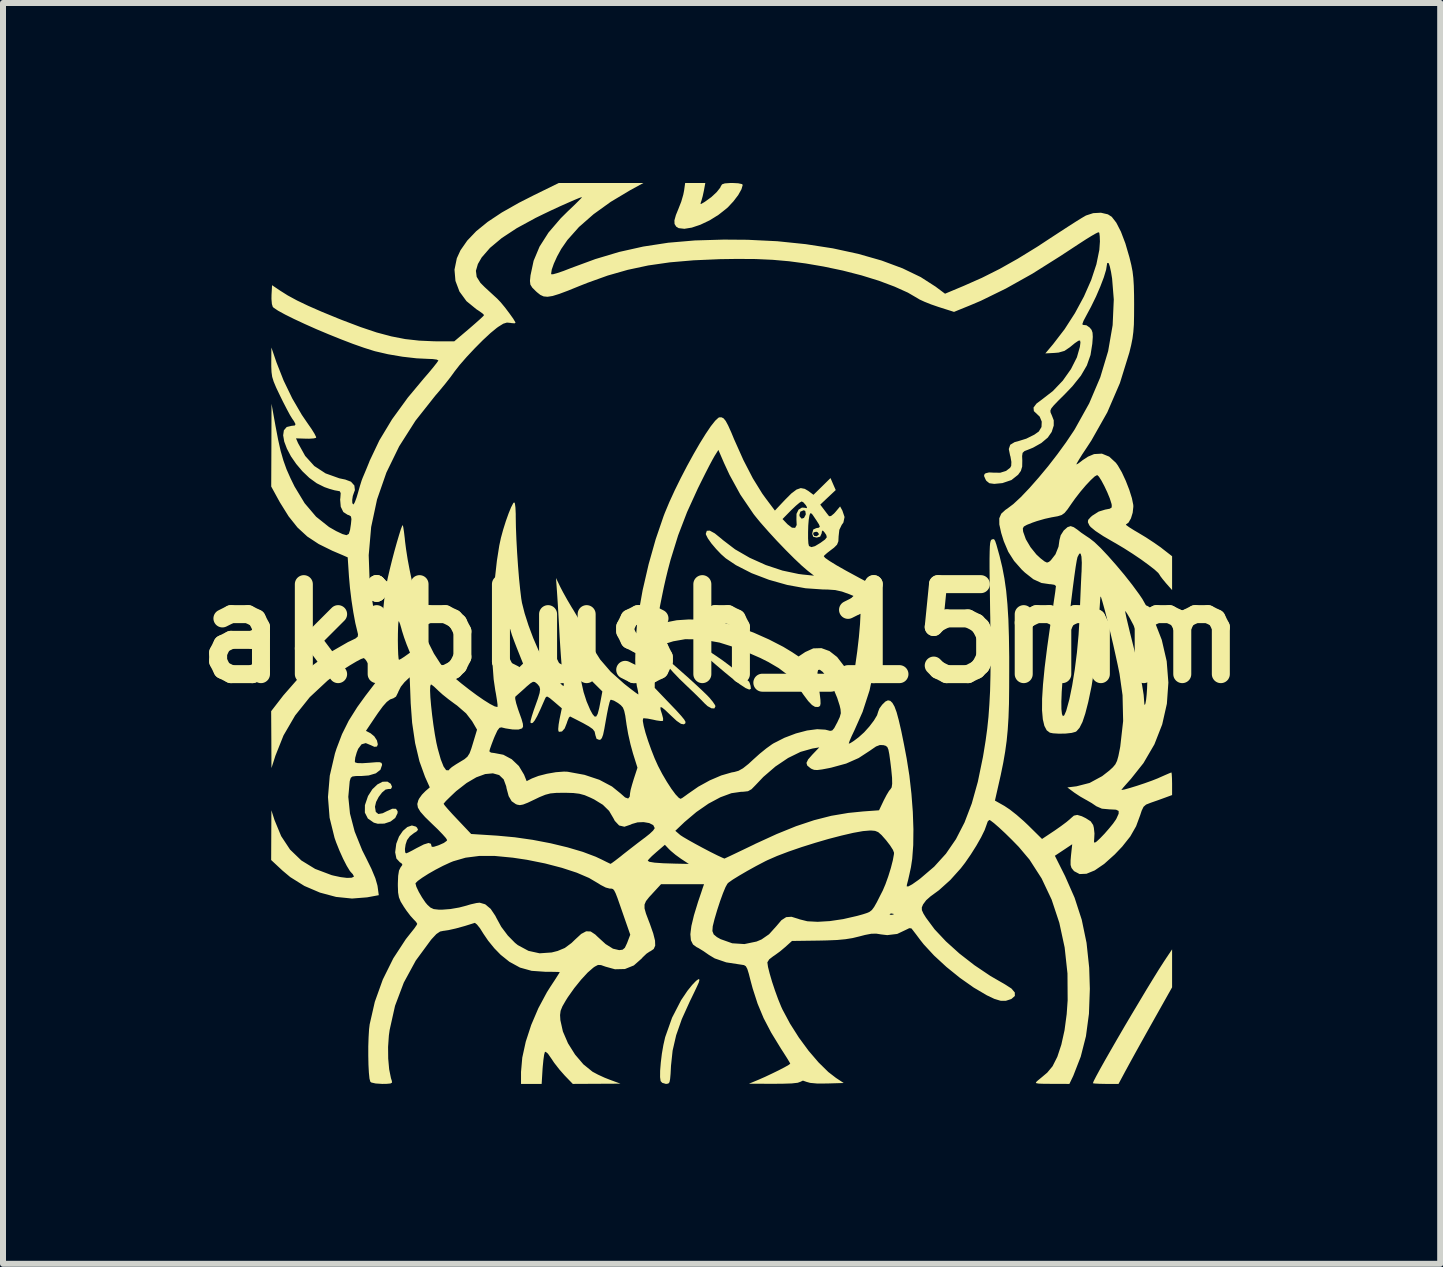
<source format=kicad_pcb>
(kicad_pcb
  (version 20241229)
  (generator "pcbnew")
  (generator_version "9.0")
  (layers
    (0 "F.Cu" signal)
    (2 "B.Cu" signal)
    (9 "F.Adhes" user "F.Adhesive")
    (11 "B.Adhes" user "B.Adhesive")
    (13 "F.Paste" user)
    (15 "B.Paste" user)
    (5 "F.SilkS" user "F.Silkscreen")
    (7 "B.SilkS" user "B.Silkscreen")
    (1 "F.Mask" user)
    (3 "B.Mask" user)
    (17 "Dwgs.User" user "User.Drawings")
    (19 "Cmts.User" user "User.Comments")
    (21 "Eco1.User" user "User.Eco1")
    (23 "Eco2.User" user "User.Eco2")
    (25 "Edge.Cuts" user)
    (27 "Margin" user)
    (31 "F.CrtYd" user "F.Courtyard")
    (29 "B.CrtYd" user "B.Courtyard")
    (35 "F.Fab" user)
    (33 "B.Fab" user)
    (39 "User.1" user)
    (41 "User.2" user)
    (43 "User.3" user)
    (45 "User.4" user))
  (footprint "akiblush_15mm"
    (layer "F.Cu")
    (at 8.979 7.509)
    (property "Reference" "akiblush_15mm" (at 0 0 0) (layer "F.SilkS") (effects (font (size 1.5 1.5) (thickness 0.3))))
    (attr board_only exclude_from_pos_files exclude_from_bom)
    (fp_poly (pts (xy -0.97 0.386) (xy -0.935 0.41) (xy -0.866 0.466) (xy -0.773 0.546) (xy -0.664 0.642) (xy -0.548 0.745) (xy -0.435 0.848) (xy -0.334 0.942) (xy -0.253 1.02) (xy -0.206 1.068) (xy -0.148 1.138) (xy -0.11 1.194) (xy -0.103 1.214) (xy -0.121 1.25) (xy -0.169 1.248) (xy -0.234 1.212) (xy -0.283 1.167) (xy -0.345 1.103) (xy -0.435 1.014) (xy -0.536 0.917) (xy -0.574 0.881) (xy -0.7 0.76) (xy -0.809 0.646) (xy -0.898 0.545) (xy -0.961 0.464) (xy -0.994 0.408) (xy -0.991 0.383)) (stroke (width 0) (type solid)) (fill yes) (layer "F.SilkS"))
    (fp_poly (pts (xy -0.378 0.204) (xy -0.314 0.235) (xy -0.221 0.289) (xy -0.11 0.362) (xy 0.012 0.446) (xy 0.134 0.537) (xy 0.247 0.628) (xy 0.25 0.63) (xy 0.34 0.706) (xy 0.411 0.765) (xy 0.452 0.799) (xy 0.458 0.804) (xy 0.469 0.83) (xy 0.482 0.873) (xy 0.488 0.923) (xy 0.461 0.936) (xy 0.4 0.911) (xy 0.303 0.847) (xy 0.168 0.743) (xy 0.056 0.651) (xy -0.107 0.513) (xy -0.229 0.408) (xy -0.315 0.329) (xy -0.37 0.273) (xy -0.399 0.235) (xy -0.406 0.209) (xy -0.405 0.203)) (stroke (width 0) (type solid)) (fill yes) (layer "F.SilkS"))
    (fp_poly (pts (xy 7.509 5.582) (xy 7.509 5.899) (xy 7.176 6.491) (xy 7.073 6.675) (xy 6.972 6.856) (xy 6.88 7.022) (xy 6.802 7.164) (xy 6.745 7.269) (xy 6.73 7.296) (xy 6.616 7.509) (xy 6.402 7.509) (xy 6.299 7.507) (xy 6.223 7.503) (xy 6.189 7.498) (xy 6.189 7.497) (xy 6.203 7.46) (xy 6.245 7.379) (xy 6.309 7.261) (xy 6.392 7.113) (xy 6.491 6.94) (xy 6.601 6.749) (xy 6.718 6.548) (xy 6.84 6.342) (xy 6.962 6.138) (xy 7.079 5.942) (xy 7.189 5.762) (xy 7.288 5.602) (xy 7.372 5.471) (xy 7.411 5.412) (xy 7.509 5.266)) (stroke (width 0) (type solid)) (fill yes) (layer "F.SilkS"))
    (fp_poly (pts (xy -0.369 5.771) (xy -0.38 5.816) (xy -0.404 5.87) (xy -0.447 5.962) (xy -0.501 6.074) (xy -0.528 6.129) (xy -0.663 6.427) (xy -0.758 6.698) (xy -0.817 6.954) (xy -0.844 7.208) (xy -0.851 7.343) (xy -0.859 7.43) (xy -0.869 7.48) (xy -0.887 7.502) (xy -0.914 7.508) (xy -0.929 7.509) (xy -0.99 7.491) (xy -1.017 7.462) (xy -1.026 7.396) (xy -1.025 7.288) (xy -1.014 7.153) (xy -0.996 7.005) (xy -0.971 6.861) (xy -0.942 6.734) (xy -0.939 6.724) (xy -0.826 6.405) (xy -0.676 6.114) (xy -0.57 5.957) (xy -0.491 5.859) (xy -0.427 5.792) (xy -0.385 5.762)) (stroke (width 0) (type solid)) (fill yes) (layer "F.SilkS"))
    (fp_poly (pts (xy -5.515 2.506) (xy -5.494 2.557) (xy -5.512 2.592) (xy -5.555 2.593) (xy -5.603 2.603) (xy -5.661 2.652) (xy -5.717 2.726) (xy -5.76 2.809) (xy -5.778 2.887) (xy -5.778 2.891) (xy -5.765 2.975) (xy -5.722 3.01) (xy -5.649 2.997) (xy -5.583 2.964) (xy -5.49 2.922) (xy -5.428 2.923) (xy -5.401 2.964) (xy -5.402 2.996) (xy -5.441 3.076) (xy -5.52 3.136) (xy -5.623 3.17) (xy -5.734 3.172) (xy -5.798 3.154) (xy -5.897 3.085) (xy -5.947 2.987) (xy -5.946 2.862) (xy -5.895 2.712) (xy -5.893 2.708) (xy -5.822 2.597) (xy -5.738 2.517) (xy -5.651 2.472) (xy -5.571 2.47)) (stroke (width 0) (type solid)) (fill yes) (layer "F.SilkS"))
    (fp_poly (pts (xy -0.295 -7.384) (xy -0.315 -7.291) (xy -0.336 -7.215) (xy -0.341 -7.201) (xy -0.353 -7.163) (xy -0.341 -7.159) (xy -0.293 -7.187) (xy -0.277 -7.197) (xy -0.171 -7.274) (xy -0.082 -7.357) (xy -0.024 -7.43) (xy -0.013 -7.455) (xy 0.007 -7.486) (xy 0.053 -7.502) (xy 0.138 -7.508) (xy 0.178 -7.509) (xy 0.275 -7.504) (xy 0.337 -7.491) (xy 0.352 -7.478) (xy 0.331 -7.405) (xy 0.277 -7.308) (xy 0.197 -7.203) (xy 0.104 -7.103) (xy 0.087 -7.088) (xy -0.052 -6.978) (xy -0.202 -6.885) (xy -0.354 -6.813) (xy -0.497 -6.765) (xy -0.621 -6.745) (xy -0.716 -6.756) (xy -0.757 -6.781) (xy -0.785 -6.826) (xy -0.787 -6.886) (xy -0.762 -6.975) (xy -0.718 -7.083) (xy -0.673 -7.198) (xy -0.639 -7.315) (xy -0.626 -7.38) (xy -0.608 -7.509) (xy -0.44 -7.509) (xy -0.272 -7.509)) (stroke (width 0) (type solid)) (fill yes) (layer "F.SilkS"))
    (fp_poly (pts (xy -2.009 -7.508) (xy -1.305 -7.508) (xy -1.525 -7.388) (xy -1.849 -7.194) (xy -2.135 -6.988) (xy -2.378 -6.775) (xy -2.571 -6.558) (xy -2.674 -6.409) (xy -2.743 -6.283) (xy -2.797 -6.164) (xy -2.832 -6.064) (xy -2.842 -5.998) (xy -2.84 -5.987) (xy -2.811 -5.987) (xy -2.739 -6.007) (xy -2.634 -6.043) (xy -2.508 -6.092) (xy -2.508 -6.092) (xy -2.106 -6.24) (xy -1.709 -6.359) (xy -1.307 -6.449) (xy -0.89 -6.513) (xy -0.446 -6.551) (xy 0.034 -6.565) (xy 0.433 -6.562) (xy 0.927 -6.538) (xy 1.402 -6.489) (xy 1.855 -6.419) (xy 2.278 -6.327) (xy 2.667 -6.216) (xy 3.016 -6.086) (xy 3.319 -5.94) (xy 3.571 -5.778) (xy 3.573 -5.776) (xy 3.724 -5.663) (xy 4.039 -5.795) (xy 4.339 -5.928) (xy 4.634 -6.076) (xy 4.936 -6.246) (xy 5.26 -6.445) (xy 5.47 -6.583) (xy 5.629 -6.687) (xy 5.777 -6.783) (xy 5.905 -6.865) (xy 6.005 -6.927) (xy 6.067 -6.963) (xy 6.071 -6.966) (xy 6.194 -7.006) (xy 6.323 -7.013) (xy 6.439 -6.986) (xy 6.503 -6.945) (xy 6.579 -6.847) (xy 6.656 -6.697) (xy 6.73 -6.502) (xy 6.798 -6.269) (xy 6.799 -6.265) (xy 6.829 -6.142) (xy 6.85 -6.034) (xy 6.863 -5.924) (xy 6.871 -5.797) (xy 6.875 -5.639) (xy 6.876 -5.485) (xy 6.875 -5.294) (xy 6.872 -5.146) (xy 6.863 -5.026) (xy 6.849 -4.918) (xy 6.827 -4.807) (xy 6.796 -4.68) (xy 6.639 -4.173) (xy 6.429 -3.686) (xy 6.164 -3.217) (xy 6.081 -3.09) (xy 6.009 -2.982) (xy 5.954 -2.893) (xy 5.92 -2.835) (xy 5.914 -2.816) (xy 5.945 -2.833) (xy 6.001 -2.875) (xy 6.017 -2.888) (xy 6.107 -2.947) (xy 6.207 -2.989) (xy 6.211 -2.99) (xy 6.339 -2.997) (xy 6.461 -2.947) (xy 6.572 -2.845) (xy 6.604 -2.801) (xy 6.671 -2.686) (xy 6.737 -2.544) (xy 6.795 -2.395) (xy 6.839 -2.255) (xy 6.862 -2.142) (xy 6.863 -2.112) (xy 6.852 -2.012) (xy 6.823 -1.918) (xy 6.783 -1.848) (xy 6.741 -1.818) (xy 6.738 -1.818) (xy 6.746 -1.805) (xy 6.796 -1.769) (xy 6.879 -1.717) (xy 6.944 -1.679) (xy 7.075 -1.6) (xy 7.209 -1.512) (xy 7.322 -1.433) (xy 7.347 -1.413) (xy 7.509 -1.287) (xy 7.509 -1.005) (xy 7.509 -0.723) (xy 7.407 -0.838) (xy 7.35 -0.907) (xy 7.312 -0.957) (xy 7.304 -0.972) (xy 7.279 -1.008) (xy 7.213 -1.068) (xy 7.113 -1.145) (xy 6.991 -1.234) (xy 6.853 -1.327) (xy 6.709 -1.419) (xy 6.568 -1.503) (xy 6.541 -1.518) (xy 6.362 -1.622) (xy 6.232 -1.708) (xy 6.152 -1.774) (xy 6.13 -1.801) (xy 6.105 -1.854) (xy 6.11 -1.893) (xy 6.151 -1.939) (xy 6.177 -1.962) (xy 6.285 -2.031) (xy 6.392 -2.064) (xy 6.47 -2.079) (xy 6.502 -2.1) (xy 6.503 -2.14) (xy 6.498 -2.164) (xy 6.471 -2.25) (xy 6.429 -2.352) (xy 6.38 -2.456) (xy 6.331 -2.548) (xy 6.289 -2.614) (xy 6.261 -2.64) (xy 6.26 -2.64) (xy 6.22 -2.618) (xy 6.154 -2.557) (xy 6.071 -2.469) (xy 5.981 -2.363) (xy 5.892 -2.248) (xy 5.833 -2.165) (xy 5.766 -2.068) (xy 5.716 -2.008) (xy 5.668 -1.974) (xy 5.604 -1.954) (xy 5.509 -1.937) (xy 5.507 -1.937) (xy 5.389 -1.911) (xy 5.256 -1.873) (xy 5.181 -1.847) (xy 5.088 -1.81) (xy 5.038 -1.782) (xy 5.021 -1.751) (xy 5.025 -1.704) (xy 5.028 -1.691) (xy 5.071 -1.57) (xy 5.149 -1.438) (xy 5.247 -1.316) (xy 5.316 -1.252) (xy 5.383 -1.2) (xy 5.424 -1.181) (xy 5.457 -1.193) (xy 5.488 -1.22) (xy 5.565 -1.319) (xy 5.616 -1.447) (xy 5.631 -1.555) (xy 5.652 -1.636) (xy 5.702 -1.715) (xy 5.766 -1.772) (xy 5.818 -1.789) (xy 5.87 -1.771) (xy 5.93 -1.73) (xy 5.995 -1.679) (xy 6.085 -1.618) (xy 6.132 -1.587) (xy 6.213 -1.524) (xy 6.319 -1.423) (xy 6.443 -1.291) (xy 6.577 -1.139) (xy 6.714 -0.976) (xy 6.844 -0.811) (xy 6.96 -0.653) (xy 7.013 -0.575) (xy 7.202 -0.239) (xy 7.337 0.108) (xy 7.419 0.463) (xy 7.447 0.819) (xy 7.422 1.172) (xy 7.344 1.517) (xy 7.214 1.849) (xy 7.032 2.161) (xy 6.824 2.423) (xy 6.749 2.507) (xy 6.693 2.571) (xy 6.665 2.607) (xy 6.663 2.61) (xy 6.716 2.601) (xy 6.809 2.575) (xy 6.926 2.539) (xy 7.052 2.497) (xy 7.172 2.454) (xy 7.271 2.415) (xy 7.295 2.404) (xy 7.39 2.362) (xy 7.462 2.331) (xy 7.497 2.317) (xy 7.498 2.317) (xy 7.503 2.344) (xy 7.507 2.414) (xy 7.509 2.505) (xy 7.509 2.694) (xy 7.384 2.74) (xy 7.274 2.78) (xy 7.162 2.819) (xy 7.143 2.826) (xy 7.075 2.853) (xy 7.033 2.89) (xy 7.002 2.954) (xy 6.977 3.03) (xy 6.909 3.214) (xy 6.812 3.384) (xy 6.677 3.554) (xy 6.553 3.684) (xy 6.377 3.842) (xy 6.219 3.95) (xy 6.082 4.006) (xy 5.967 4.011) (xy 5.876 3.963) (xy 5.866 3.952) (xy 5.832 3.909) (xy 5.817 3.859) (xy 5.817 3.783) (xy 5.824 3.7) (xy 5.844 3.514) (xy 5.7 3.61) (xy 5.555 3.706) (xy 5.725 4.045) (xy 5.884 4.406) (xy 6.003 4.773) (xy 6.083 5.158) (xy 6.127 5.572) (xy 6.138 5.925) (xy 6.123 6.34) (xy 6.073 6.714) (xy 5.986 7.055) (xy 5.863 7.371) (xy 5.85 7.399) (xy 5.797 7.509) (xy 5.501 7.508) (xy 5.368 7.507) (xy 5.286 7.504) (xy 5.245 7.497) (xy 5.238 7.485) (xy 5.257 7.464) (xy 5.271 7.452) (xy 5.339 7.396) (xy 5.417 7.33) (xy 5.426 7.323) (xy 5.516 7.215) (xy 5.596 7.057) (xy 5.663 6.854) (xy 5.716 6.615) (xy 5.752 6.345) (xy 5.768 6.115) (xy 5.765 5.668) (xy 5.718 5.235) (xy 5.629 4.823) (xy 5.501 4.437) (xy 5.334 4.084) (xy 5.132 3.77) (xy 4.954 3.559) (xy 4.84 3.442) (xy 4.728 3.332) (xy 4.625 3.236) (xy 4.541 3.163) (xy 4.482 3.118) (xy 4.462 3.109) (xy 4.436 3.134) (xy 4.415 3.193) (xy 4.384 3.279) (xy 4.325 3.399) (xy 4.246 3.538) (xy 4.154 3.684) (xy 4.058 3.823) (xy 3.987 3.915) (xy 3.812 4.11) (xy 3.623 4.28) (xy 3.481 4.384) (xy 3.409 4.448) (xy 3.358 4.517) (xy 3.337 4.567) (xy 3.338 4.612) (xy 3.364 4.67) (xy 3.407 4.739) (xy 3.55 4.932) (xy 3.739 5.133) (xy 3.964 5.336) (xy 4.215 5.531) (xy 4.481 5.71) (xy 4.722 5.849) (xy 4.831 5.919) (xy 4.887 5.985) (xy 4.888 6.043) (xy 4.833 6.091) (xy 4.823 6.096) (xy 4.737 6.124) (xy 4.649 6.123) (xy 4.545 6.091) (xy 4.421 6.032) (xy 4.202 5.903) (xy 3.972 5.741) (xy 3.747 5.559) (xy 3.541 5.369) (xy 3.369 5.183) (xy 3.312 5.111) (xy 3.247 5.024) (xy 3.194 4.955) (xy 3.165 4.918) (xy 3.164 4.917) (xy 3.128 4.913) (xy 3.075 4.939) (xy 2.927 5.009) (xy 2.76 5.029) (xy 2.659 5.017) (xy 2.577 5.004) (xy 2.494 5.006) (xy 2.39 5.026) (xy 2.298 5.05) (xy 2.183 5.078) (xy 2.064 5.097) (xy 1.926 5.11) (xy 1.754 5.117) (xy 1.621 5.12) (xy 1.173 5.126) (xy 1.061 5.227) (xy 0.974 5.3) (xy 0.886 5.364) (xy 0.856 5.384) (xy 0.794 5.432) (xy 0.763 5.481) (xy 0.763 5.488) (xy 0.773 5.559) (xy 0.801 5.67) (xy 0.841 5.807) (xy 0.89 5.954) (xy 0.942 6.097) (xy 0.993 6.222) (xy 1.014 6.268) (xy 1.14 6.504) (xy 1.288 6.737) (xy 1.449 6.956) (xy 1.616 7.151) (xy 1.779 7.311) (xy 1.906 7.409) (xy 2.035 7.494) (xy 1.758 7.502) (xy 1.595 7.503) (xy 1.476 7.492) (xy 1.415 7.475) (xy 1.355 7.454) (xy 1.313 7.474) (xy 1.268 7.49) (xy 1.169 7.501) (xy 1.014 7.506) (xy 0.867 7.507) (xy 0.455 7.506) (xy 0.616 7.439) (xy 0.725 7.391) (xy 0.841 7.336) (xy 0.954 7.281) (xy 1.05 7.231) (xy 1.117 7.193) (xy 1.144 7.172) (xy 1.144 7.172) (xy 1.129 7.143) (xy 1.089 7.077) (xy 1.03 6.984) (xy 0.986 6.916) (xy 0.826 6.654) (xy 0.7 6.413) (xy 0.6 6.173) (xy 0.517 5.916) (xy 0.484 5.793) (xy 0.452 5.669) (xy 0.428 5.592) (xy 0.404 5.548) (xy 0.374 5.529) (xy 0.332 5.522) (xy 0.318 5.52) (xy 0.077 5.483) (xy -0.115 5.417) (xy -0.213 5.358) (xy -0.302 5.296) (xy -0.385 5.245) (xy -0.417 5.229) (xy -0.477 5.185) (xy -0.512 5.115) (xy -0.521 5.014) (xy -0.515 4.961) (xy -0.154 4.961) (xy -0.132 5.017) (xy -0.078 5.062) (xy -0.017 5.096) (xy 0.177 5.165) (xy 0.38 5.178) (xy 0.582 5.136) (xy 0.665 5.101) (xy 0.791 5.014) (xy 0.911 4.881) (xy 0.912 4.88) (xy 0.997 4.78) (xy 1.076 4.729) (xy 1.165 4.723) (xy 1.279 4.758) (xy 1.301 4.766) (xy 1.429 4.798) (xy 1.601 4.807) (xy 1.803 4.795) (xy 2.026 4.762) (xy 2.257 4.709) (xy 2.34 4.686) (xy 2.799 4.686) (xy 2.828 4.691) (xy 2.866 4.685) (xy 2.866 4.675) (xy 2.827 4.668) (xy 2.81 4.673) (xy 2.799 4.686) (xy 2.34 4.686) (xy 2.361 4.68) (xy 2.422 4.66) (xy 2.467 4.64) (xy 2.505 4.61) (xy 2.542 4.56) (xy 2.587 4.481) (xy 2.646 4.364) (xy 2.686 4.286) (xy 2.731 4.18) (xy 2.778 4.049) (xy 2.821 3.91) (xy 2.854 3.781) (xy 2.872 3.682) (xy 2.874 3.656) (xy 2.856 3.608) (xy 2.808 3.533) (xy 2.741 3.446) (xy 2.739 3.444) (xy 2.665 3.36) (xy 2.61 3.312) (xy 2.558 3.291) (xy 2.492 3.285) (xy 2.473 3.285) (xy 2.355 3.295) (xy 2.194 3.324) (xy 2 3.369) (xy 1.784 3.425) (xy 1.558 3.491) (xy 1.332 3.562) (xy 1.117 3.636) (xy 0.925 3.709) (xy 0.765 3.779) (xy 0.728 3.797) (xy 0.575 3.877) (xy 0.427 3.959) (xy 0.295 4.036) (xy 0.188 4.102) (xy 0.118 4.151) (xy 0.097 4.171) (xy 0.065 4.228) (xy 0.023 4.329) (xy -0.025 4.461) (xy -0.074 4.611) (xy -0.118 4.76) (xy -0.148 4.881) (xy -0.154 4.961) (xy -0.515 4.961) (xy -0.504 4.876) (xy -0.461 4.697) (xy -0.392 4.471) (xy -0.381 4.439) (xy -0.343 4.327) (xy -0.314 4.239) (xy -0.296 4.188) (xy -0.294 4.18) (xy -0.321 4.18) (xy -0.396 4.18) (xy -0.507 4.18) (xy -0.643 4.18) (xy -0.651 4.18) (xy -1.01 4.18) (xy -1.128 4.308) (xy -1.209 4.396) (xy -1.261 4.462) (xy -1.285 4.519) (xy -1.285 4.584) (xy -1.261 4.67) (xy -1.215 4.792) (xy -1.197 4.838) (xy -1.14 5.001) (xy -1.11 5.12) (xy -1.107 5.204) (xy -1.132 5.26) (xy -1.184 5.296) (xy -1.198 5.302) (xy -1.252 5.338) (xy -1.316 5.399) (xy -1.334 5.42) (xy -1.463 5.534) (xy -1.612 5.594) (xy -1.778 5.598) (xy -1.934 5.555) (xy -2.011 5.528) (xy -2.061 5.526) (xy -2.113 5.553) (xy -2.139 5.571) (xy -2.233 5.653) (xy -2.342 5.771) (xy -2.456 5.912) (xy -2.561 6.06) (xy -2.597 6.117) (xy -2.654 6.216) (xy -2.684 6.29) (xy -2.693 6.361) (xy -2.688 6.447) (xy -2.646 6.635) (xy -2.561 6.832) (xy -2.443 7.02) (xy -2.304 7.183) (xy -2.152 7.306) (xy -2.15 7.307) (xy -2.062 7.354) (xy -1.949 7.406) (xy -1.865 7.439) (xy -1.686 7.505) (xy -2.084 7.507) (xy -2.481 7.509) (xy -2.616 7.369) (xy -2.705 7.268) (xy -2.792 7.156) (xy -2.838 7.087) (xy -2.896 7.004) (xy -2.934 6.973) (xy -2.947 6.98) (xy -2.959 7.024) (xy -2.971 7.111) (xy -2.982 7.223) (xy -2.985 7.262) (xy -3 7.509) (xy -3.172 7.509) (xy -3.344 7.509) (xy -3.344 7.309) (xy -3.323 7.07) (xy -3.265 6.805) (xy -3.174 6.526) (xy -3.055 6.247) (xy -2.913 5.982) (xy -2.851 5.884) (xy -2.785 5.784) (xy -2.734 5.704) (xy -2.703 5.655) (xy -2.698 5.646) (xy -2.725 5.643) (xy -2.797 5.641) (xy -2.901 5.64) (xy -2.94 5.64) (xy -3.167 5.624) (xy -3.361 5.57) (xy -3.538 5.473) (xy -3.684 5.356) (xy -3.789 5.248) (xy -3.893 5.12) (xy -3.97 5.007) (xy -4.027 4.916) (xy -4.078 4.852) (xy -4.112 4.825) (xy -4.116 4.825) (xy -4.282 4.877) (xy -4.431 4.918) (xy -4.551 4.945) (xy -4.63 4.957) (xy -4.635 4.957) (xy -4.693 4.969) (xy -4.755 5.011) (xy -4.832 5.093) (xy -4.847 5.111) (xy -5.099 5.454) (xy -5.298 5.82) (xy -5.444 6.207) (xy -5.534 6.61) (xy -5.547 6.704) (xy -5.56 6.893) (xy -5.558 7.086) (xy -5.542 7.265) (xy -5.512 7.413) (xy -5.497 7.46) (xy -5.494 7.487) (xy -5.52 7.502) (xy -5.585 7.508) (xy -5.656 7.509) (xy -5.767 7.502) (xy -5.838 7.486) (xy -5.856 7.472) (xy -5.87 7.42) (xy -5.88 7.322) (xy -5.887 7.191) (xy -5.89 7.04) (xy -5.89 6.883) (xy -5.885 6.732) (xy -5.877 6.599) (xy -5.867 6.517) (xy -5.781 6.14) (xy -5.648 5.769) (xy -5.473 5.416) (xy -5.264 5.096) (xy -5.181 4.991) (xy -5.122 4.917) (xy -5.084 4.862) (xy -5.074 4.841) (xy -5.094 4.808) (xy -5.137 4.763) (xy -5.187 4.708) (xy -5.251 4.624) (xy -5.298 4.555) (xy -5.35 4.47) (xy -5.379 4.399) (xy -5.393 4.319) (xy -5.397 4.208) (xy -5.397 4.176) (xy -5.397 4.169) (xy -5.103 4.169) (xy -5.088 4.224) (xy -5.048 4.308) (xy -4.994 4.401) (xy -4.937 4.485) (xy -4.904 4.524) (xy -4.853 4.57) (xy -4.799 4.595) (xy -4.719 4.604) (xy -4.651 4.604) (xy -4.521 4.594) (xy -4.376 4.569) (xy -4.287 4.546) (xy -4.18 4.515) (xy -4.087 4.494) (xy -4.034 4.488) (xy -3.941 4.515) (xy -3.85 4.591) (xy -3.772 4.707) (xy -3.754 4.743) (xy -3.673 4.891) (xy -3.564 5.036) (xy -3.445 5.157) (xy -3.398 5.195) (xy -3.22 5.291) (xy -3.034 5.332) (xy -2.833 5.318) (xy -2.734 5.293) (xy -2.614 5.243) (xy -2.502 5.16) (xy -2.443 5.103) (xy -2.341 5.009) (xy -2.258 4.965) (xy -2.183 4.968) (xy -2.106 5.019) (xy -2.071 5.053) (xy -1.934 5.178) (xy -1.811 5.255) (xy -1.708 5.279) (xy -1.651 5.272) (xy -1.613 5.24) (xy -1.579 5.168) (xy -1.572 5.151) (xy -1.523 5.022) (xy -1.639 4.689) (xy -1.696 4.525) (xy -1.737 4.408) (xy -1.767 4.331) (xy -1.791 4.284) (xy -1.811 4.261) (xy -1.833 4.254) (xy -1.861 4.253) (xy -1.866 4.253) (xy -1.931 4.236) (xy -2.015 4.193) (xy -2.054 4.168) (xy -2.21 4.076) (xy -2.415 3.988) (xy -2.663 3.907) (xy -2.943 3.834) (xy -3.246 3.773) (xy -3.48 3.738) (xy -3.781 3.709) (xy -4.04 3.709) (xy -4.268 3.738) (xy -4.475 3.798) (xy -4.526 3.819) (xy -4.645 3.874) (xy -4.77 3.939) (xy -4.889 4.007) (xy -4.991 4.072) (xy -5.066 4.126) (xy -5.102 4.163) (xy -5.103 4.169) (xy -5.397 4.169) (xy -5.392 4.041) (xy -5.378 3.953) (xy -5.352 3.9) (xy -5.35 3.898) (xy -5.321 3.857) (xy -5.337 3.83) (xy -5.362 3.816) (xy -5.421 3.752) (xy -5.442 3.648) (xy -5.424 3.508) (xy -5.423 3.504) (xy -5.378 3.386) (xy -5.313 3.291) (xy -5.239 3.227) (xy -5.163 3.201) (xy -5.096 3.22) (xy -5.076 3.239) (xy -5.061 3.274) (xy -5.09 3.305) (xy -5.125 3.325) (xy -5.197 3.381) (xy -5.244 3.445) (xy -5.268 3.518) (xy -5.279 3.593) (xy -5.275 3.649) (xy -5.26 3.666) (xy -5.226 3.653) (xy -5.157 3.618) (xy -5.084 3.578) (xy -4.964 3.517) (xy -4.886 3.493) (xy -4.846 3.506) (xy -4.839 3.533) (xy -4.832 3.556) (xy -4.799 3.557) (xy -4.729 3.535) (xy -4.708 3.527) (xy -4.63 3.492) (xy -4.583 3.458) (xy -4.576 3.444) (xy -4.596 3.411) (xy -4.651 3.349) (xy -4.732 3.265) (xy -4.825 3.176) (xy -4.943 3.061) (xy -5.021 2.973) (xy -5.063 2.903) (xy -5.073 2.842) (xy -5.072 2.84) (xy -4.634 2.84) (xy -4.615 2.868) (xy -4.563 2.929) (xy -4.487 3.013) (xy -4.404 3.101) (xy -4.175 3.343) (xy -3.737 3.371) (xy -3.446 3.398) (xy -3.147 3.441) (xy -2.85 3.498) (xy -2.568 3.566) (xy -2.314 3.641) (xy -2.099 3.722) (xy -1.997 3.77) (xy -1.919 3.809) (xy -1.865 3.835) (xy -1.851 3.841) (xy -1.825 3.824) (xy -1.777 3.789) (xy -1.232 3.789) (xy -1.203 3.807) (xy -1.116 3.821) (xy -0.972 3.831) (xy -0.78 3.837) (xy -0.547 3.842) (xy -0.678 3.756) (xy -0.768 3.691) (xy -0.849 3.623) (xy -0.877 3.596) (xy -0.946 3.523) (xy -1.089 3.646) (xy -1.163 3.712) (xy -1.214 3.764) (xy -1.232 3.789) (xy -1.777 3.789) (xy -1.764 3.779) (xy -1.68 3.714) (xy -1.646 3.686) (xy -1.527 3.593) (xy -1.399 3.494) (xy -1.288 3.41) (xy -1.283 3.407) (xy -1.2 3.341) (xy -1.146 3.29) (xy -0.772 3.29) (xy -0.687 3.363) (xy -0.639 3.394) (xy -0.552 3.445) (xy -0.439 3.508) (xy -0.313 3.576) (xy -0.187 3.642) (xy -0.075 3.698) (xy 0.011 3.738) (xy 0.047 3.753) (xy 0.073 3.741) (xy 0.144 3.708) (xy 0.251 3.657) (xy 0.387 3.592) (xy 0.543 3.517) (xy 0.56 3.508) (xy 0.918 3.344) (xy 1.241 3.213) (xy 1.541 3.113) (xy 1.827 3.04) (xy 2.111 2.992) (xy 2.36 2.967) (xy 2.624 2.948) (xy 2.703 2.782) (xy 2.75 2.692) (xy 2.791 2.624) (xy 2.814 2.597) (xy 2.834 2.567) (xy 2.843 2.506) (xy 2.841 2.406) (xy 2.827 2.26) (xy 2.812 2.137) (xy 2.795 2.014) (xy 2.78 1.937) (xy 2.762 1.894) (xy 2.735 1.873) (xy 2.697 1.862) (xy 2.638 1.86) (xy 2.574 1.884) (xy 2.488 1.943) (xy 2.474 1.953) (xy 2.284 2.077) (xy 2.076 2.169) (xy 1.831 2.236) (xy 1.795 2.244) (xy 1.674 2.267) (xy 1.594 2.277) (xy 1.542 2.274) (xy 1.502 2.259) (xy 1.479 2.245) (xy 1.427 2.202) (xy 1.414 2.158) (xy 1.442 2.1) (xy 1.514 2.018) (xy 1.518 2.014) (xy 1.628 1.899) (xy 1.511 1.919) (xy 1.316 1.974) (xy 1.108 2.076) (xy 0.897 2.218) (xy 0.695 2.392) (xy 0.564 2.53) (xy 0.498 2.597) (xy 0.439 2.63) (xy 0.36 2.639) (xy 0.323 2.64) (xy 0.163 2.663) (xy -0.021 2.731) (xy -0.219 2.837) (xy -0.421 2.977) (xy -0.62 3.145) (xy -0.628 3.153) (xy -0.772 3.29) (xy -1.146 3.29) (xy -1.14 3.283) (xy -1.115 3.246) (xy -1.115 3.245) (xy -1.14 3.195) (xy -1.207 3.161) (xy -1.3 3.145) (xy -1.401 3.149) (xy -1.495 3.176) (xy -1.517 3.187) (xy -1.621 3.222) (xy -1.709 3.201) (xy -1.781 3.124) (xy -1.803 3.082) (xy -1.876 2.958) (xy -1.98 2.856) (xy -2.125 2.767) (xy -2.185 2.738) (xy -2.283 2.696) (xy -2.372 2.672) (xy -2.473 2.66) (xy -2.608 2.656) (xy -2.625 2.656) (xy -2.758 2.658) (xy -2.855 2.667) (xy -2.939 2.689) (xy -3.035 2.728) (xy -3.118 2.768) (xy -3.232 2.822) (xy -3.309 2.852) (xy -3.363 2.862) (xy -3.408 2.854) (xy -3.431 2.845) (xy -3.5 2.797) (xy -3.55 2.712) (xy -3.585 2.582) (xy -3.591 2.548) (xy -3.633 2.433) (xy -3.708 2.361) (xy -3.813 2.332) (xy -3.941 2.344) (xy -4.089 2.398) (xy -4.251 2.493) (xy -4.423 2.627) (xy -4.447 2.649) (xy -4.531 2.729) (xy -4.596 2.793) (xy -4.63 2.833) (xy -4.634 2.84) (xy -5.072 2.84) (xy -5.056 2.781) (xy -5.041 2.751) (xy -4.995 2.687) (xy -4.937 2.628) (xy -4.865 2.566) (xy -4.944 2.39) (xy -5.037 2.132) (xy -5.109 1.829) (xy -5.159 1.49) (xy -5.183 1.165) (xy -5.191 0.952) (xy -4.86 0.952) (xy -4.855 1.064) (xy -4.843 1.203) (xy -4.826 1.359) (xy -4.805 1.52) (xy -4.781 1.678) (xy -4.755 1.821) (xy -4.732 1.921) (xy -4.682 2.099) (xy -4.635 2.218) (xy -4.592 2.279) (xy -4.552 2.282) (xy -4.531 2.258) (xy -4.497 2.228) (xy -4.428 2.182) (xy -4.362 2.142) (xy -4.286 2.096) (xy -4.237 2.054) (xy -4.202 1.999) (xy -4.189 1.965) (xy -3.872 1.965) (xy -3.846 1.986) (xy -3.786 1.994) (xy -3.639 2.022) (xy -3.499 2.097) (xy -3.38 2.21) (xy -3.296 2.35) (xy -3.294 2.353) (xy -3.25 2.462) (xy -3.162 2.417) (xy -3.053 2.375) (xy -2.912 2.339) (xy -2.763 2.313) (xy -2.629 2.303) (xy -2.569 2.305) (xy -2.286 2.357) (xy -2.037 2.44) (xy -1.828 2.551) (xy -1.687 2.665) (xy -1.609 2.734) (xy -1.558 2.752) (xy -1.532 2.72) (xy -1.526 2.662) (xy -1.517 2.609) (xy -1.493 2.521) (xy -1.464 2.425) (xy -1.403 2.238) (xy -1.478 1.999) (xy -1.519 1.849) (xy -1.558 1.676) (xy -1.586 1.514) (xy -1.588 1.497) (xy -1.594 1.457) (xy -1.314 1.457) (xy -1.299 1.541) (xy -1.269 1.656) (xy -1.226 1.791) (xy -1.174 1.936) (xy -1.118 2.079) (xy -1.06 2.208) (xy -0.99 2.342) (xy -0.913 2.473) (xy -0.837 2.59) (xy -0.768 2.683) (xy -0.713 2.741) (xy -0.684 2.757) (xy -0.654 2.741) (xy -0.595 2.699) (xy -0.561 2.674) (xy -0.388 2.554) (xy -0.197 2.449) (xy -0.006 2.367) (xy 0.167 2.317) (xy 0.213 2.309) (xy 0.281 2.29) (xy 0.356 2.248) (xy 0.448 2.175) (xy 0.526 2.103) (xy 0.634 2.006) (xy 0.745 1.916) (xy 0.841 1.847) (xy 0.867 1.831) (xy 1.048 1.739) (xy 1.238 1.667) (xy 1.424 1.618) (xy 1.592 1.596) (xy 1.728 1.604) (xy 1.753 1.61) (xy 1.808 1.624) (xy 1.844 1.617) (xy 1.877 1.578) (xy 1.919 1.499) (xy 1.926 1.487) (xy 1.969 1.395) (xy 1.987 1.33) (xy 1.982 1.264) (xy 1.968 1.203) (xy 1.926 1.072) (xy 1.871 0.941) (xy 1.808 0.819) (xy 1.745 0.717) (xy 1.686 0.642) (xy 1.637 0.605) (xy 1.608 0.609) (xy 1.598 0.652) (xy 1.6 0.738) (xy 1.613 0.853) (xy 1.635 1.003) (xy 1.647 1.105) (xy 1.649 1.169) (xy 1.642 1.204) (xy 1.625 1.22) (xy 1.604 1.226) (xy 1.557 1.224) (xy 1.506 1.193) (xy 1.443 1.127) (xy 1.363 1.02) (xy 1.304 0.934) (xy 1.201 0.797) (xy 1.088 0.681) (xy 0.952 0.578) (xy 0.78 0.477) (xy 0.645 0.409) (xy 0.292 0.255) (xy -0.036 0.152) (xy -0.336 0.099) (xy -0.608 0.096) (xy -0.807 0.131) (xy -0.931 0.17) (xy -1.017 0.216) (xy -1.071 0.279) (xy -1.101 0.371) (xy -1.113 0.503) (xy -1.115 0.619) (xy -1.115 0.908) (xy -0.873 1.161) (xy -0.754 1.285) (xy -0.673 1.375) (xy -0.624 1.435) (xy -0.602 1.474) (xy -0.605 1.498) (xy -0.626 1.513) (xy -0.631 1.515) (xy -0.677 1.507) (xy -0.749 1.458) (xy -0.851 1.363) (xy -0.853 1.361) (xy -0.943 1.275) (xy -0.997 1.232) (xy -1.021 1.232) (xy -1.017 1.273) (xy -0.994 1.346) (xy -0.976 1.414) (xy -0.976 1.455) (xy -0.978 1.457) (xy -1.013 1.46) (xy -1.086 1.45) (xy -1.144 1.437) (xy -1.231 1.42) (xy -1.292 1.414) (xy -1.309 1.417) (xy -1.314 1.457) (xy -1.594 1.457) (xy -1.606 1.371) (xy -1.624 1.289) (xy -1.646 1.235) (xy -1.68 1.196) (xy -1.727 1.16) (xy -1.795 1.12) (xy -1.844 1.105) (xy -1.854 1.109) (xy -1.868 1.146) (xy -1.888 1.227) (xy -1.911 1.342) (xy -1.931 1.453) (xy -1.956 1.595) (xy -1.976 1.689) (xy -1.996 1.743) (xy -2.017 1.769) (xy -2.041 1.774) (xy -2.085 1.756) (xy -2.105 1.693) (xy -2.106 1.686) (xy -2.117 1.636) (xy -2.149 1.594) (xy -2.211 1.55) (xy -2.309 1.495) (xy -2.406 1.445) (xy -2.483 1.406) (xy -2.524 1.385) (xy -2.526 1.384) (xy -2.546 1.403) (xy -2.571 1.463) (xy -2.581 1.495) (xy -2.616 1.583) (xy -2.661 1.634) (xy -2.706 1.64) (xy -2.72 1.631) (xy -2.724 1.594) (xy -2.717 1.518) (xy -2.702 1.43) (xy -2.664 1.248) (xy -2.791 1.139) (xy -2.863 1.079) (xy -2.904 1.053) (xy -2.927 1.058) (xy -2.945 1.091) (xy -2.946 1.094) (xy -3.019 1.26) (xy -3.074 1.377) (xy -3.116 1.451) (xy -3.147 1.489) (xy -3.172 1.496) (xy -3.187 1.486) (xy -3.184 1.454) (xy -3.164 1.38) (xy -3.131 1.278) (xy -3.112 1.225) (xy -3.063 1.088) (xy -3.034 0.993) (xy -3.026 0.93) (xy -3.037 0.886) (xy -3.065 0.85) (xy -3.079 0.836) (xy -3.113 0.81) (xy -3.144 0.806) (xy -3.186 0.831) (xy -3.254 0.888) (xy -3.277 0.91) (xy -3.353 0.978) (xy -3.413 1.031) (xy -3.44 1.056) (xy -3.441 1.09) (xy -3.424 1.166) (xy -3.392 1.268) (xy -3.376 1.313) (xy -3.334 1.431) (xy -3.313 1.507) (xy -3.31 1.552) (xy -3.324 1.58) (xy -3.33 1.584) (xy -3.386 1.602) (xy -3.482 1.601) (xy -3.6 1.583) (xy -3.67 1.566) (xy -3.703 1.573) (xy -3.738 1.619) (xy -3.781 1.712) (xy -3.795 1.745) (xy -3.833 1.844) (xy -3.861 1.923) (xy -3.872 1.965) (xy -3.872 1.965) (xy -4.189 1.965) (xy -4.171 1.915) (xy -4.145 1.83) (xy -4.077 1.604) (xy -4.159 1.463) (xy -4.259 1.333) (xy -4.41 1.202) (xy -4.444 1.178) (xy -4.552 1.098) (xy -4.652 1.018) (xy -4.725 0.952) (xy -4.735 0.942) (xy -4.794 0.886) (xy -4.837 0.853) (xy -4.846 0.851) (xy -4.857 0.878) (xy -4.86 0.952) (xy -5.191 0.952) (xy -5.2 0.731) (xy -5.285 0.811) (xy -5.347 0.888) (xy -5.389 0.971) (xy -5.392 0.981) (xy -5.428 1.053) (xy -5.472 1.081) (xy -5.526 1.1) (xy -5.582 1.142) (xy -5.647 1.215) (xy -5.729 1.327) (xy -5.782 1.405) (xy -5.929 1.624) (xy -5.852 1.664) (xy -5.79 1.715) (xy -5.746 1.783) (xy -5.731 1.848) (xy -5.745 1.885) (xy -5.789 1.89) (xy -5.847 1.863) (xy -5.932 1.828) (xy -6.002 1.848) (xy -6.059 1.924) (xy -6.083 1.985) (xy -6.107 2.069) (xy -6.114 2.131) (xy -6.111 2.148) (xy -6.073 2.161) (xy -5.986 2.163) (xy -5.877 2.156) (xy -5.766 2.147) (xy -5.702 2.146) (xy -5.671 2.157) (xy -5.661 2.18) (xy -5.661 2.195) (xy -5.688 2.273) (xy -5.764 2.332) (xy -5.882 2.367) (xy -5.998 2.376) (xy -6.098 2.377) (xy -6.155 2.385) (xy -6.182 2.407) (xy -6.196 2.45) (xy -6.2 2.467) (xy -6.223 2.724) (xy -6.195 3.003) (xy -6.117 3.302) (xy -5.991 3.615) (xy -5.928 3.74) (xy -5.837 3.925) (xy -5.772 4.081) (xy -5.738 4.199) (xy -5.735 4.216) (xy -5.715 4.363) (xy -5.909 4.399) (xy -6.161 4.419) (xy -6.427 4.392) (xy -6.696 4.32) (xy -6.955 4.209) (xy -7.19 4.062) (xy -7.319 3.954) (xy -7.509 3.777) (xy -7.507 3.362) (xy -7.505 2.948) (xy -7.453 3.111) (xy -7.342 3.379) (xy -7.194 3.603) (xy -7.006 3.784) (xy -6.776 3.925) (xy -6.503 4.028) (xy -6.472 4.036) (xy -6.351 4.062) (xy -6.245 4.075) (xy -6.167 4.072) (xy -6.131 4.055) (xy -6.13 4.049) (xy -6.151 4.009) (xy -6.157 4.005) (xy -6.196 3.961) (xy -6.249 3.874) (xy -6.309 3.757) (xy -6.37 3.622) (xy -6.426 3.482) (xy -6.452 3.408) (xy -6.535 3.072) (xy -6.562 2.727) (xy -6.532 2.371) (xy -6.446 2.002) (xy -6.42 1.921) (xy -6.328 1.679) (xy -6.216 1.454) (xy -6.073 1.227) (xy -5.937 1.039) (xy -5.75 0.795) (xy -5.84 0.603) (xy -5.889 0.509) (xy -5.933 0.44) (xy -5.963 0.411) (xy -5.965 0.411) (xy -6.01 0.426) (xy -6.089 0.468) (xy -6.192 0.529) (xy -6.307 0.602) (xy -6.421 0.677) (xy -6.521 0.749) (xy -6.57 0.787) (xy -6.865 1.062) (xy -7.109 1.367) (xy -7.303 1.7) (xy -7.438 2.038) (xy -7.504 2.244) (xy -7.506 1.77) (xy -7.509 1.296) (xy -7.305 1.032) (xy -7.073 0.767) (xy -6.806 0.523) (xy -6.52 0.312) (xy -6.228 0.144) (xy -6.183 0.123) (xy -6.171 0.117) (xy -5.397 0.117) (xy -5.395 0.247) (xy -5.391 0.352) (xy -5.385 0.42) (xy -5.379 0.44) (xy -5.346 0.425) (xy -5.287 0.387) (xy -5.279 0.381) (xy -5.195 0.321) (xy -5.251 0.183) (xy -5.292 0.07) (xy -5.329 -0.046) (xy -5.338 -0.081) (xy -5.36 -0.156) (xy -5.378 -0.2) (xy -5.383 -0.205) (xy -5.389 -0.178) (xy -5.393 -0.104) (xy -5.396 0.005) (xy -5.397 0.117) (xy -6.171 0.117) (xy -6.103 0.084) (xy -6.066 0.053) (xy -6.061 0.015) (xy -6.073 -0.036) (xy -6.106 -0.173) (xy -6.139 -0.351) (xy -6.17 -0.552) (xy -6.195 -0.757) (xy -6.212 -0.949) (xy -6.213 -0.964) (xy -6.233 -1.268) (xy -6.315 -1.304) (xy -5.883 -1.304) (xy -5.866 -0.823) (xy -5.791 -0.333) (xy -5.773 -0.249) (xy -5.744 -0.131) (xy -5.718 -0.034) (xy -5.698 0.026) (xy -5.691 0.038) (xy -5.681 0.021) (xy -5.67 -0.045) (xy -5.66 -0.147) (xy -5.652 -0.255) (xy -5.639 -0.421) (xy -5.62 -0.599) (xy -5.598 -0.76) (xy -5.587 -0.821) (xy -5.563 -0.935) (xy -5.531 -1.072) (xy -5.494 -1.221) (xy -5.454 -1.373) (xy -5.414 -1.516) (xy -5.377 -1.641) (xy -5.347 -1.737) (xy -5.325 -1.794) (xy -5.315 -1.805) (xy -5.307 -1.772) (xy -5.295 -1.694) (xy -5.282 -1.586) (xy -5.277 -1.534) (xy -5.26 -1.403) (xy -5.234 -1.236) (xy -5.2 -1.055) (xy -5.164 -0.881) (xy -5.164 -0.88) (xy -5.126 -0.71) (xy -5.089 -0.538) (xy -5.055 -0.382) (xy -5.03 -0.264) (xy -5.029 -0.26) (xy -4.975 -0.065) (xy -4.894 0.14) (xy -4.796 0.335) (xy -4.689 0.501) (xy -4.646 0.555) (xy -4.567 0.636) (xy -4.463 0.73) (xy -4.342 0.831) (xy -4.213 0.932) (xy -4.084 1.028) (xy -3.964 1.111) (xy -3.86 1.176) (xy -3.783 1.216) (xy -3.74 1.226) (xy -3.736 1.224) (xy -3.735 1.19) (xy -3.745 1.113) (xy -3.762 1.007) (xy -3.773 0.949) (xy -3.8 0.765) (xy -3.817 0.534) (xy -3.826 0.267) (xy -3.825 0.15) (xy -3.554 0.15) (xy -3.553 0.275) (xy -3.549 0.402) (xy -3.543 0.515) (xy -3.535 0.601) (xy -3.531 0.623) (xy -3.515 0.703) (xy -3.412 0.603) (xy -3.31 0.503) (xy -3.415 0.24) (xy -3.46 0.123) (xy -3.496 0.024) (xy -3.516 -0.042) (xy -3.52 -0.06) (xy -3.531 -0.082) (xy -3.54 -0.077) (xy -3.548 -0.041) (xy -3.552 0.039) (xy -3.554 0.15) (xy -3.825 0.15) (xy -3.825 -0.024) (xy -3.817 -0.329) (xy -3.801 -0.636) (xy -3.777 -0.935) (xy -3.746 -1.213) (xy -3.707 -1.461) (xy -3.706 -1.467) (xy -3.679 -1.593) (xy -3.641 -1.732) (xy -3.597 -1.872) (xy -3.551 -2.001) (xy -3.509 -2.104) (xy -3.474 -2.171) (xy -3.459 -2.186) (xy -3.446 -2.167) (xy -3.437 -2.099) (xy -3.432 -1.99) (xy -3.432 -1.946) (xy -3.429 -1.77) (xy -3.421 -1.566) (xy -3.409 -1.347) (xy -3.394 -1.126) (xy -3.377 -0.916) (xy -3.358 -0.73) (xy -3.34 -0.581) (xy -3.328 -0.51) (xy -3.284 -0.336) (xy -3.219 -0.133) (xy -3.141 0.076) (xy -3.057 0.271) (xy -2.986 0.411) (xy -2.931 0.502) (xy -2.863 0.603) (xy -2.79 0.704) (xy -2.723 0.791) (xy -2.668 0.853) (xy -2.637 0.878) (xy -2.636 0.879) (xy -2.631 0.854) (xy -2.636 0.789) (xy -2.644 0.741) (xy -2.654 0.666) (xy -2.666 0.552) (xy -2.398 0.552) (xy -2.396 0.619) (xy -2.382 0.654) (xy -2.361 0.702) (xy -2.341 0.785) (xy -2.333 0.834) (xy -2.301 0.977) (xy -2.251 1.133) (xy -2.19 1.275) (xy -2.151 1.346) (xy -2.118 1.385) (xy -2.091 1.385) (xy -2.066 1.341) (xy -2.041 1.246) (xy -2.023 1.153) (xy -1.988 0.967) (xy -2.155 0.801) (xy -2.239 0.712) (xy -2.309 0.629) (xy -2.351 0.567) (xy -2.354 0.559) (xy -2.386 0.484) (xy -2.398 0.552) (xy -2.666 0.552) (xy -2.666 0.545) (xy -2.678 0.391) (xy -2.69 0.216) (xy -2.7 0.059) (xy -2.71 -0.132) (xy -2.721 -0.321) (xy -2.731 -0.491) (xy -2.74 -0.629) (xy -2.745 -0.704) (xy -2.761 -0.924) (xy -2.69 -0.776) (xy -2.641 -0.682) (xy -2.573 -0.56) (xy -2.498 -0.433) (xy -2.474 -0.395) (xy -2.405 -0.279) (xy -2.343 -0.168) (xy -2.299 -0.082) (xy -2.289 -0.059) (xy -2.168 0.207) (xy -2.025 0.434) (xy -1.849 0.638) (xy -1.628 0.836) (xy -1.607 0.853) (xy -1.514 0.926) (xy -1.44 0.982) (xy -1.396 1.013) (xy -1.388 1.017) (xy -1.39 0.987) (xy -1.403 0.92) (xy -1.413 0.879) (xy -1.428 0.77) (xy -1.437 0.617) (xy -1.44 0.434) (xy -1.436 0.235) (xy -1.426 0.033) (xy -1.41 -0.157) (xy -1.409 -0.168) (xy -1.073 -0.168) (xy -1.071 -0.152) (xy -1.04 -0.155) (xy -0.971 -0.171) (xy -0.907 -0.189) (xy -0.748 -0.22) (xy -0.552 -0.233) (xy -0.339 -0.23) (xy -0.126 -0.209) (xy 0.044 -0.177) (xy 0.278 -0.108) (xy 0.535 -0.013) (xy 0.791 0.101) (xy 1.026 0.222) (xy 1.175 0.312) (xy 1.283 0.384) (xy 1.394 0.31) (xy 1.528 0.249) (xy 1.664 0.245) (xy 1.798 0.294) (xy 1.925 0.393) (xy 2.039 0.541) (xy 2.1 0.654) (xy 2.137 0.722) (xy 2.166 0.76) (xy 2.172 0.763) (xy 2.186 0.736) (xy 2.204 0.666) (xy 2.222 0.566) (xy 2.225 0.55) (xy 2.26 0.304) (xy 2.288 0.063) (xy 2.307 -0.157) (xy 2.316 -0.341) (xy 2.317 -0.383) (xy 2.317 -0.576) (xy 2.126 -0.655) (xy 2.006 -0.698) (xy 1.894 -0.723) (xy 1.765 -0.732) (xy 1.688 -0.733) (xy 1.399 -0.753) (xy 1.095 -0.808) (xy 0.79 -0.894) (xy 0.499 -1.005) (xy 0.239 -1.138) (xy 0.069 -1.252) (xy -0.009 -1.321) (xy -0.092 -1.408) (xy -0.17 -1.5) (xy -0.23 -1.585) (xy -0.261 -1.647) (xy -0.264 -1.661) (xy -0.247 -1.711) (xy -0.198 -1.714) (xy -0.114 -1.668) (xy 0.002 -1.574) (xy 0.021 -1.557) (xy 0.224 -1.402) (xy 0.468 -1.261) (xy 0.737 -1.14) (xy 1.014 -1.048) (xy 1.283 -0.991) (xy 1.352 -0.982) (xy 1.54 -0.963) (xy 1.437 -1.043) (xy 1.338 -1.128) (xy 1.211 -1.248) (xy 1.069 -1.39) (xy 0.921 -1.544) (xy 0.788 -1.689) (xy 1.441 -1.689) (xy 1.441 -1.584) (xy 1.446 -1.501) (xy 1.456 -1.458) (xy 1.457 -1.457) (xy 1.497 -1.439) (xy 1.556 -1.455) (xy 1.646 -1.509) (xy 1.65 -1.512) (xy 1.723 -1.565) (xy 1.753 -1.603) (xy 1.744 -1.642) (xy 1.717 -1.682) (xy 1.686 -1.717) (xy 1.672 -1.701) (xy 1.667 -1.667) (xy 1.642 -1.613) (xy 1.584 -1.598) (xy 1.528 -1.611) (xy 1.511 -1.657) (xy 1.525 -1.657) (xy 1.546 -1.624) (xy 1.587 -1.621) (xy 1.619 -1.648) (xy 1.622 -1.657) (xy 1.603 -1.686) (xy 1.577 -1.696) (xy 1.533 -1.684) (xy 1.525 -1.657) (xy 1.511 -1.657) (xy 1.511 -1.658) (xy 1.511 -1.672) (xy 1.527 -1.732) (xy 1.577 -1.755) (xy 1.621 -1.763) (xy 1.637 -1.779) (xy 1.623 -1.817) (xy 1.578 -1.888) (xy 1.562 -1.911) (xy 1.515 -1.981) (xy 1.488 -2.007) (xy 1.473 -1.994) (xy 1.463 -1.962) (xy 1.452 -1.895) (xy 1.444 -1.798) (xy 1.441 -1.689) (xy 0.788 -1.689) (xy 0.779 -1.699) (xy 0.652 -1.843) (xy 0.599 -1.907) (xy 1.015 -1.907) (xy 1.099 -1.819) (xy 1.172 -1.763) (xy 1.225 -1.76) (xy 1.251 -1.807) (xy 1.247 -1.9) (xy 1.248 -1.974) (xy 1.296 -1.974) (xy 1.303 -1.947) (xy 1.334 -1.913) (xy 1.373 -1.926) (xy 1.4 -1.977) (xy 1.403 -1.989) (xy 1.394 -2.042) (xy 1.368 -2.053) (xy 1.312 -2.03) (xy 1.296 -1.974) (xy 1.248 -1.974) (xy 1.248 -1.993) (xy 1.282 -2.063) (xy 1.339 -2.098) (xy 1.385 -2.095) (xy 1.423 -2.088) (xy 1.419 -2.111) (xy 1.403 -2.139) (xy 1.362 -2.186) (xy 1.334 -2.2) (xy 1.299 -2.18) (xy 1.238 -2.129) (xy 1.162 -2.057) (xy 1.159 -2.054) (xy 1.015 -1.907) (xy 0.599 -1.907) (xy 0.552 -1.965) (xy 0.532 -1.991) (xy 0.313 -2.313) (xy 0.132 -2.643) (xy 0.041 -2.839) (xy -0.054 -3.059) (xy -0.117 -2.959) (xy -0.151 -2.899) (xy -0.205 -2.798) (xy -0.272 -2.667) (xy -0.347 -2.517) (xy -0.395 -2.42) (xy -0.576 -2.023) (xy -0.725 -1.635) (xy -0.851 -1.228) (xy -0.896 -1.058) (xy -0.929 -0.923) (xy -0.963 -0.773) (xy -0.995 -0.617) (xy -1.025 -0.468) (xy -1.049 -0.336) (xy -1.066 -0.233) (xy -1.073 -0.168) (xy -1.409 -0.168) (xy -1.393 -0.293) (xy -1.317 -0.72) (xy -1.217 -1.153) (xy -1.099 -1.571) (xy -0.968 -1.954) (xy -0.947 -2.009) (xy -0.871 -2.191) (xy -0.781 -2.387) (xy -0.681 -2.59) (xy -0.576 -2.792) (xy -0.469 -2.987) (xy -0.365 -3.167) (xy -0.267 -3.325) (xy -0.18 -3.454) (xy -0.107 -3.546) (xy -0.053 -3.596) (xy -0.038 -3.602) (xy -0.000365 -3.602) (xy 0.033 -3.585) (xy 0.068 -3.542) (xy 0.109 -3.466) (xy 0.162 -3.348) (xy 0.207 -3.239) (xy 0.363 -2.89) (xy 0.52 -2.586) (xy 0.677 -2.332) (xy 0.737 -2.249) (xy 0.888 -2.048) (xy 1.053 -2.224) (xy 1.162 -2.333) (xy 1.248 -2.398) (xy 1.319 -2.423) (xy 1.386 -2.41) (xy 1.444 -2.376) (xy 1.531 -2.311) (xy 1.673 -2.45) (xy 1.815 -2.59) (xy 1.858 -2.49) (xy 1.902 -2.39) (xy 1.773 -2.269) (xy 1.644 -2.147) (xy 1.707 -2.064) (xy 1.755 -2) (xy 1.79 -1.956) (xy 1.793 -1.954) (xy 1.823 -1.957) (xy 1.873 -1.998) (xy 1.895 -2.022) (xy 1.975 -2.117) (xy 2.013 -2.048) (xy 2.049 -1.941) (xy 2.03 -1.849) (xy 2.002 -1.81) (xy 1.962 -1.727) (xy 1.95 -1.619) (xy 1.946 -1.536) (xy 1.924 -1.48) (xy 1.873 -1.429) (xy 1.828 -1.395) (xy 1.758 -1.341) (xy 1.712 -1.3) (xy 1.703 -1.286) (xy 1.727 -1.258) (xy 1.8 -1.207) (xy 1.917 -1.135) (xy 2.074 -1.046) (xy 2.266 -0.942) (xy 2.295 -0.926) (xy 2.61 -0.759) (xy 2.61 -0.317) (xy 2.595 0.144) (xy 2.547 0.564) (xy 2.466 0.949) (xy 2.35 1.307) (xy 2.213 1.616) (xy 2.166 1.715) (xy 2.133 1.792) (xy 2.12 1.834) (xy 2.121 1.837) (xy 2.148 1.827) (xy 2.208 1.788) (xy 2.286 1.729) (xy 2.376 1.648) (xy 2.463 1.551) (xy 2.539 1.451) (xy 2.591 1.364) (xy 2.61 1.303) (xy 2.63 1.251) (xy 2.676 1.188) (xy 2.73 1.135) (xy 2.773 1.115) (xy 2.812 1.124) (xy 2.847 1.158) (xy 2.882 1.219) (xy 2.917 1.314) (xy 2.953 1.447) (xy 2.994 1.624) (xy 3.04 1.85) (xy 3.084 2.082) (xy 3.13 2.372) (xy 3.164 2.674) (xy 3.187 2.975) (xy 3.197 3.264) (xy 3.194 3.529) (xy 3.177 3.757) (xy 3.156 3.896) (xy 3.131 4.012) (xy 3.109 4.109) (xy 3.093 4.171) (xy 3.09 4.179) (xy 3.085 4.216) (xy 3.113 4.217) (xy 3.177 4.182) (xy 3.281 4.109) (xy 3.317 4.081) (xy 3.543 3.888) (xy 3.739 3.672) (xy 3.906 3.429) (xy 4.049 3.151) (xy 4.17 2.834) (xy 4.271 2.472) (xy 4.356 2.059) (xy 4.367 1.994) (xy 4.4 1.79) (xy 4.427 1.592) (xy 4.448 1.392) (xy 4.463 1.184) (xy 4.475 0.959) (xy 4.481 0.709) (xy 4.484 0.426) (xy 4.482 0.102) (xy 4.478 -0.272) (xy 4.476 -0.356) (xy 4.472 -0.654) (xy 4.468 -0.898) (xy 4.466 -1.095) (xy 4.466 -1.249) (xy 4.468 -1.365) (xy 4.471 -1.448) (xy 4.476 -1.505) (xy 4.484 -1.54) (xy 4.493 -1.559) (xy 4.503 -1.565) (xy 4.526 -1.573) (xy 4.544 -1.567) (xy 4.56 -1.54) (xy 4.58 -1.481) (xy 4.608 -1.381) (xy 4.633 -1.291) (xy 4.678 -1.105) (xy 4.714 -0.916) (xy 4.743 -0.713) (xy 4.764 -0.489) (xy 4.78 -0.235) (xy 4.789 0.056) (xy 4.794 0.393) (xy 4.794 0.587) (xy 4.793 0.903) (xy 4.79 1.171) (xy 4.782 1.402) (xy 4.769 1.605) (xy 4.751 1.792) (xy 4.726 1.973) (xy 4.694 2.158) (xy 4.653 2.358) (xy 4.624 2.486) (xy 4.556 2.786) (xy 4.715 2.876) (xy 4.805 2.936) (xy 4.917 3.024) (xy 5.036 3.128) (xy 5.108 3.196) (xy 5.341 3.426) (xy 5.553 3.285) (xy 5.657 3.212) (xy 5.748 3.144) (xy 5.809 3.093) (xy 5.82 3.082) (xy 5.872 3.037) (xy 5.928 3.025) (xy 6.004 3.047) (xy 6.071 3.08) (xy 6.152 3.132) (xy 6.193 3.193) (xy 6.205 3.241) (xy 6.215 3.334) (xy 6.211 3.415) (xy 6.211 3.417) (xy 6.207 3.472) (xy 6.218 3.49) (xy 6.251 3.469) (xy 6.31 3.414) (xy 6.383 3.338) (xy 6.458 3.252) (xy 6.525 3.17) (xy 6.572 3.103) (xy 6.581 3.087) (xy 6.618 3.005) (xy 6.618 2.959) (xy 6.575 2.938) (xy 6.481 2.933) (xy 6.471 2.933) (xy 6.339 2.921) (xy 6.249 2.882) (xy 6.244 2.879) (xy 6.169 2.828) (xy 6.079 2.776) (xy 6.071 2.772) (xy 5.978 2.719) (xy 5.881 2.655) (xy 5.866 2.644) (xy 5.763 2.567) (xy 5.916 2.548) (xy 6.134 2.492) (xy 6.343 2.379) (xy 6.461 2.287) (xy 6.522 2.231) (xy 6.563 2.182) (xy 6.591 2.125) (xy 6.614 2.043) (xy 6.638 1.923) (xy 6.645 1.885) (xy 6.693 1.46) (xy 6.683 1.029) (xy 6.633 0.675) (xy 6.603 0.528) (xy 6.567 0.363) (xy 6.528 0.188) (xy 6.486 0.011) (xy 6.445 -0.16) (xy 6.406 -0.315) (xy 6.391 -0.373) (xy 6.728 -0.373) (xy 6.731 -0.342) (xy 6.747 -0.265) (xy 6.774 -0.151) (xy 6.808 -0.009) (xy 6.833 0.09) (xy 6.908 0.39) (xy 6.967 0.648) (xy 7.009 0.861) (xy 7.035 1.024) (xy 7.042 1.115) (xy 7.047 1.179) (xy 7.055 1.193) (xy 7.065 1.166) (xy 7.076 1.105) (xy 7.085 1.018) (xy 7.092 0.914) (xy 7.095 0.821) (xy 7.071 0.496) (xy 6.993 0.172) (xy 6.867 -0.135) (xy 6.859 -0.151) (xy 6.805 -0.253) (xy 6.76 -0.329) (xy 6.733 -0.37) (xy 6.728 -0.373) (xy 6.391 -0.373) (xy 6.371 -0.446) (xy 6.343 -0.546) (xy 6.324 -0.605) (xy 6.315 -0.616) (xy 6.311 -0.573) (xy 6.305 -0.483) (xy 6.296 -0.354) (xy 6.287 -0.199) (xy 6.279 -0.059) (xy 6.238 0.419) (xy 6.169 0.865) (xy 6.162 0.902) (xy 6.111 1.145) (xy 6.062 1.335) (xy 6.015 1.476) (xy 5.966 1.573) (xy 5.916 1.63) (xy 5.9 1.64) (xy 5.835 1.658) (xy 5.735 1.669) (xy 5.623 1.671) (xy 5.525 1.665) (xy 5.471 1.654) (xy 5.419 1.615) (xy 5.38 1.541) (xy 5.354 1.431) (xy 5.341 1.281) (xy 5.342 1.136) (xy 5.663 1.136) (xy 5.664 1.261) (xy 5.673 1.343) (xy 5.689 1.379) (xy 5.712 1.364) (xy 5.742 1.295) (xy 5.746 1.283) (xy 5.797 1.097) (xy 5.844 0.865) (xy 5.887 0.6) (xy 5.923 0.315) (xy 5.95 0.022) (xy 5.967 -0.264) (xy 5.968 -0.293) (xy 5.975 -0.48) (xy 5.983 -0.674) (xy 5.991 -0.855) (xy 5.998 -1.003) (xy 6 -1.031) (xy 6.004 -1.179) (xy 5.998 -1.28) (xy 5.984 -1.331) (xy 5.962 -1.33) (xy 5.933 -1.274) (xy 5.931 -1.268) (xy 5.919 -1.214) (xy 5.901 -1.106) (xy 5.879 -0.95) (xy 5.853 -0.752) (xy 5.824 -0.516) (xy 5.792 -0.248) (xy 5.759 0.048) (xy 5.724 0.364) (xy 5.705 0.543) (xy 5.683 0.773) (xy 5.669 0.973) (xy 5.663 1.136) (xy 5.342 1.136) (xy 5.342 1.089) (xy 5.357 0.851) (xy 5.385 0.565) (xy 5.427 0.229) (xy 5.482 -0.161) (xy 5.498 -0.269) (xy 5.523 -0.433) (xy 5.544 -0.578) (xy 5.561 -0.692) (xy 5.57 -0.767) (xy 5.573 -0.79) (xy 5.547 -0.811) (xy 5.483 -0.821) (xy 5.469 -0.821) (xy 5.332 -0.841) (xy 5.197 -0.903) (xy 5.056 -1.014) (xy 5.003 -1.064) (xy 4.875 -1.209) (xy 4.778 -1.361) (xy 4.703 -1.538) (xy 4.66 -1.676) (xy 4.629 -1.817) (xy 4.628 -1.919) (xy 4.661 -1.996) (xy 4.731 -2.06) (xy 4.761 -2.08) (xy 4.862 -2.156) (xy 4.988 -2.273) (xy 5.131 -2.423) (xy 5.285 -2.598) (xy 5.443 -2.788) (xy 5.597 -2.987) (xy 5.741 -3.185) (xy 5.868 -3.374) (xy 5.887 -3.404) (xy 6.127 -3.835) (xy 6.312 -4.27) (xy 6.443 -4.706) (xy 6.518 -5.139) (xy 6.537 -5.567) (xy 6.509 -5.915) (xy 6.491 -6.027) (xy 6.471 -6.117) (xy 6.454 -6.168) (xy 6.45 -6.173) (xy 6.428 -6.176) (xy 6.423 -6.15) (xy 6.409 -6.062) (xy 6.371 -5.936) (xy 6.313 -5.784) (xy 6.241 -5.616) (xy 6.158 -5.446) (xy 6.086 -5.312) (xy 6.032 -5.21) (xy 6.012 -5.154) (xy 6.026 -5.143) (xy 6.026 -5.143) (xy 6.081 -5.137) (xy 6.135 -5.099) (xy 6.167 -5.06) (xy 6.183 -5.013) (xy 6.187 -4.943) (xy 6.179 -4.831) (xy 6.179 -4.83) (xy 6.149 -4.641) (xy 6.088 -4.467) (xy 5.989 -4.297) (xy 5.848 -4.121) (xy 5.716 -3.983) (xy 5.609 -3.877) (xy 5.537 -3.802) (xy 5.496 -3.752) (xy 5.48 -3.715) (xy 5.483 -3.684) (xy 5.498 -3.649) (xy 5.5 -3.646) (xy 5.536 -3.553) (xy 5.536 -3.465) (xy 5.502 -3.359) (xy 5.437 -3.265) (xy 5.329 -3.174) (xy 5.192 -3.097) (xy 5.114 -3.065) (xy 5.049 -3.04) (xy 5.017 -3.01) (xy 5.009 -2.957) (xy 5.012 -2.882) (xy 5.01 -2.781) (xy 4.988 -2.709) (xy 4.942 -2.645) (xy 4.831 -2.557) (xy 4.68 -2.506) (xy 4.544 -2.493) (xy 4.463 -2.504) (xy 4.413 -2.544) (xy 4.399 -2.568) (xy 4.374 -2.626) (xy 4.383 -2.657) (xy 4.401 -2.67) (xy 4.458 -2.684) (xy 4.537 -2.68) (xy 4.539 -2.68) (xy 4.644 -2.679) (xy 4.741 -2.709) (xy 4.809 -2.761) (xy 4.827 -2.794) (xy 4.83 -2.859) (xy 4.815 -2.947) (xy 4.808 -2.969) (xy 4.787 -3.074) (xy 4.811 -3.145) (xy 4.884 -3.189) (xy 4.938 -3.203) (xy 5.079 -3.247) (xy 5.212 -3.313) (xy 5.287 -3.366) (xy 5.332 -3.441) (xy 5.336 -3.531) (xy 5.302 -3.614) (xy 5.265 -3.649) (xy 5.205 -3.706) (xy 5.199 -3.765) (xy 5.248 -3.831) (xy 5.335 -3.896) (xy 5.521 -4.04) (xy 5.687 -4.214) (xy 5.823 -4.406) (xy 5.922 -4.602) (xy 5.972 -4.778) (xy 5.981 -4.849) (xy 5.975 -4.883) (xy 5.947 -4.879) (xy 5.888 -4.839) (xy 5.805 -4.771) (xy 5.715 -4.71) (xy 5.617 -4.682) (xy 5.548 -4.676) (xy 5.396 -4.668) (xy 5.524 -4.82) (xy 5.717 -5.071) (xy 5.89 -5.34) (xy 6.039 -5.616) (xy 6.16 -5.89) (xy 6.247 -6.153) (xy 6.296 -6.393) (xy 6.306 -6.533) (xy 6.303 -6.619) (xy 6.296 -6.675) (xy 6.289 -6.687) (xy 6.267 -6.682) (xy 6.227 -6.662) (xy 6.165 -6.626) (xy 6.074 -6.57) (xy 5.949 -6.489) (xy 5.786 -6.382) (xy 5.638 -6.285) (xy 5.179 -5.996) (xy 4.738 -5.749) (xy 4.321 -5.545) (xy 4.144 -5.47) (xy 3.874 -5.36) (xy 3.616 -5.442) (xy 3.491 -5.485) (xy 3.379 -5.53) (xy 3.297 -5.568) (xy 3.278 -5.58) (xy 3.105 -5.681) (xy 2.883 -5.781) (xy 2.622 -5.879) (xy 2.331 -5.969) (xy 2.02 -6.049) (xy 1.701 -6.116) (xy 1.403 -6.167) (xy 1.125 -6.204) (xy 0.853 -6.228) (xy 0.57 -6.241) (xy 0.258 -6.243) (xy -0.027 -6.239) (xy -0.467 -6.22) (xy -0.862 -6.186) (xy -1.224 -6.134) (xy -1.565 -6.061) (xy -1.898 -5.966) (xy -2.235 -5.845) (xy -2.369 -5.792) (xy -2.561 -5.714) (xy -2.708 -5.659) (xy -2.818 -5.625) (xy -2.902 -5.612) (xy -2.967 -5.618) (xy -3.022 -5.643) (xy -3.075 -5.685) (xy -3.094 -5.702) (xy -3.157 -5.765) (xy -3.188 -5.815) (xy -3.195 -5.876) (xy -3.186 -5.968) (xy -3.134 -6.212) (xy -3.035 -6.448) (xy -2.886 -6.682) (xy -2.683 -6.919) (xy -2.564 -7.037) (xy -2.467 -7.129) (xy -2.391 -7.204) (xy -2.341 -7.255) (xy -2.327 -7.274) (xy -2.366 -7.262) (xy -2.447 -7.229) (xy -2.559 -7.18) (xy -2.692 -7.121) (xy -2.835 -7.055) (xy -2.977 -6.987) (xy -3.108 -6.923) (xy -3.109 -6.922) (xy -3.414 -6.756) (xy -3.665 -6.591) (xy -3.861 -6.427) (xy -4 -6.267) (xy -4.063 -6.158) (xy -4.096 -6.045) (xy -4.083 -5.944) (xy -4.02 -5.843) (xy -3.95 -5.773) (xy -3.862 -5.692) (xy -3.776 -5.613) (xy -3.74 -5.58) (xy -3.682 -5.519) (xy -3.61 -5.432) (xy -3.537 -5.335) (xy -3.474 -5.247) (xy -3.437 -5.185) (xy -3.435 -5.181) (xy -3.452 -5.169) (xy -3.508 -5.174) (xy -3.516 -5.176) (xy -3.579 -5.182) (xy -3.64 -5.163) (xy -3.72 -5.113) (xy -3.747 -5.094) (xy -3.853 -5.007) (xy -3.981 -4.888) (xy -4.118 -4.75) (xy -4.251 -4.608) (xy -4.367 -4.475) (xy -4.453 -4.365) (xy -4.459 -4.356) (xy -4.521 -4.271) (xy -4.609 -4.159) (xy -4.709 -4.038) (xy -4.776 -3.96) (xy -5.104 -3.545) (xy -5.375 -3.119) (xy -5.588 -2.682) (xy -5.744 -2.233) (xy -5.842 -1.774) (xy -5.883 -1.304) (xy -6.315 -1.304) (xy -6.489 -1.378) (xy -6.716 -1.49) (xy -6.906 -1.615) (xy -7.07 -1.766) (xy -7.218 -1.952) (xy -7.362 -2.183) (xy -7.392 -2.237) (xy -7.508 -2.449) (xy -7.505 -3.138) (xy -7.503 -3.828) (xy -7.437 -3.461) (xy -7.393 -3.23) (xy -7.351 -3.043) (xy -7.305 -2.883) (xy -7.253 -2.737) (xy -7.187 -2.588) (xy -7.119 -2.449) (xy -6.951 -2.171) (xy -6.76 -1.946) (xy -6.544 -1.774) (xy -6.425 -1.706) (xy -6.319 -1.656) (xy -6.253 -1.638) (xy -6.215 -1.659) (xy -6.194 -1.724) (xy -6.179 -1.823) (xy -6.171 -1.906) (xy -6.179 -1.95) (xy -6.209 -1.97) (xy -6.235 -1.978) (xy -6.306 -2.024) (xy -6.349 -2.112) (xy -6.359 -2.232) (xy -6.355 -2.266) (xy -6.35 -2.339) (xy -6.365 -2.37) (xy -6.396 -2.376) (xy -6.452 -2.386) (xy -6.54 -2.411) (xy -6.62 -2.439) (xy -6.749 -2.503) (xy -6.873 -2.593) (xy -6.988 -2.703) (xy -7.091 -2.825) (xy -7.179 -2.952) (xy -7.246 -3.079) (xy -7.291 -3.198) (xy -7.309 -3.303) (xy -7.297 -3.386) (xy -7.25 -3.441) (xy -7.166 -3.461) (xy -7.165 -3.461) (xy -7.115 -3.466) (xy -7.103 -3.488) (xy -7.129 -3.539) (xy -7.158 -3.58) (xy -7.195 -3.64) (xy -7.248 -3.739) (xy -7.311 -3.861) (xy -7.362 -3.965) (xy -7.426 -4.099) (xy -7.467 -4.197) (xy -7.492 -4.278) (xy -7.503 -4.357) (xy -7.507 -4.452) (xy -7.507 -4.517) (xy -7.505 -4.766) (xy -7.42 -4.517) (xy -7.301 -4.215) (xy -7.157 -3.917) (xy -6.998 -3.644) (xy -6.906 -3.509) (xy -6.837 -3.41) (xy -6.786 -3.328) (xy -6.76 -3.275) (xy -6.76 -3.261) (xy -6.799 -3.251) (xy -6.876 -3.246) (xy -6.938 -3.247) (xy -7.095 -3.252) (xy -7.061 -3.173) (xy -6.942 -2.959) (xy -6.79 -2.791) (xy -6.602 -2.668) (xy -6.373 -2.586) (xy -6.273 -2.565) (xy -6.178 -2.529) (xy -6.122 -2.466) (xy -6.113 -2.389) (xy -6.127 -2.352) (xy -6.148 -2.292) (xy -6.158 -2.226) (xy -6.156 -2.172) (xy -6.14 -2.151) (xy -6.134 -2.153) (xy -6.114 -2.188) (xy -6.086 -2.263) (xy -6.059 -2.353) (xy -6.029 -2.459) (xy -6.001 -2.549) (xy -5.983 -2.596) (xy -5.96 -2.65) (xy -5.922 -2.741) (xy -5.877 -2.851) (xy -5.867 -2.878) (xy -5.705 -3.219) (xy -5.494 -3.569) (xy -5.231 -3.931) (xy -4.968 -4.246) (xy -4.875 -4.354) (xy -4.799 -4.446) (xy -4.745 -4.515) (xy -4.722 -4.549) (xy -4.722 -4.551) (xy -4.749 -4.565) (xy -4.817 -4.574) (xy -4.876 -4.576) (xy -5.084 -4.586) (xy -5.321 -4.613) (xy -5.561 -4.654) (xy -5.777 -4.704) (xy -5.804 -4.712) (xy -5.962 -4.762) (xy -6.144 -4.826) (xy -6.342 -4.902) (xy -6.548 -4.985) (xy -6.753 -5.071) (xy -6.948 -5.158) (xy -7.126 -5.241) (xy -7.277 -5.316) (xy -7.394 -5.38) (xy -7.467 -5.429) (xy -7.482 -5.444) (xy -7.497 -5.492) (xy -7.504 -5.576) (xy -7.503 -5.642) (xy -7.494 -5.805) (xy -7.362 -5.716) (xy -7.232 -5.634) (xy -7.077 -5.55) (xy -6.891 -5.461) (xy -6.665 -5.362) (xy -6.392 -5.25) (xy -6.324 -5.223) (xy -6.018 -5.107) (xy -5.75 -5.017) (xy -5.506 -4.952) (xy -5.275 -4.907) (xy -5.042 -4.881) (xy -4.795 -4.87) (xy -4.7 -4.869) (xy -4.457 -4.869) (xy -4.208 -5.08) (xy -4.109 -5.166) (xy -4.028 -5.238) (xy -3.975 -5.288) (xy -3.96 -5.307) (xy -3.982 -5.331) (xy -4.04 -5.373) (xy -4.089 -5.405) (xy -4.253 -5.539) (xy -4.37 -5.699) (xy -4.437 -5.877) (xy -4.453 -6.064) (xy -4.414 -6.254) (xy -4.353 -6.387) (xy -4.24 -6.549) (xy -4.09 -6.706) (xy -3.899 -6.861) (xy -3.664 -7.017) (xy -3.378 -7.179) (xy -3.132 -7.304) (xy -2.714 -7.509)) (stroke (width 0) (type solid)) (fill yes) (layer "F.SilkS")))
  (gr_rect
    (start -3 -3)
    (end 20.957 18.017)
    (stroke (width 0.1) (type default))
    (fill no)
    (layer "Edge.Cuts")))
</source>
